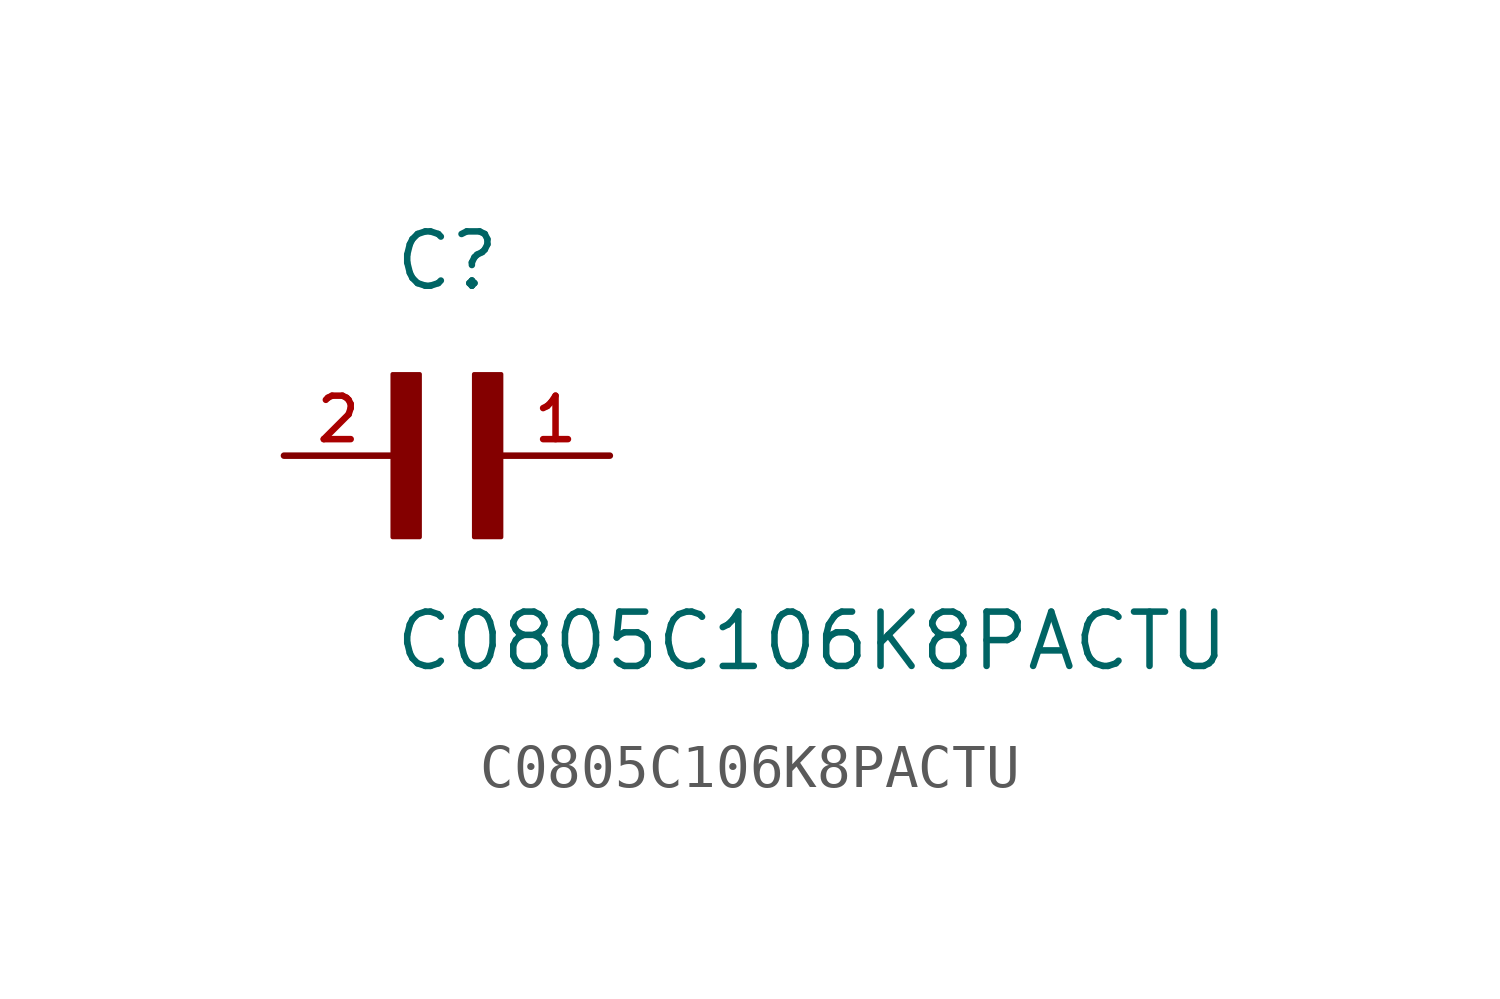
<source format=kicad_sym>
(kicad_symbol_lib
  (version 20211014)
  (generator kicad_symbol_editor)
  (symbol "C0805C106K8PACTU"
    (pin_names
      (offset 1.016))
    (property "Reference" "C"
      (at 0.0 3.81 0)
      (effects (font (size 1.27 1.27)) (justify bottom left)))
    (property "Value" "C0805C106K8PACTU"
      (at 0.0 -5.08 0)
      (effects (font (size 1.27 1.27)) (justify bottom left)))
    (symbol "C0805C106K8PACTU_0_0"
      (rectangle (start 0.0 -1.905) (end 0.635 1.905) (stroke (width 0.1)) (fill (type outline)))
      (rectangle (start 1.905 -1.905) (end 2.54 1.905) (stroke (width 0.1)) (fill (type outline)))
      (pin passive line (at 5.08 0.0 180.0) (length 2.54) (name "~" (effects (font (size 1.016 1.016)))) (number "1" (effects (font (size 1.016 1.016)))))
      (pin passive line (at -2.54 0.0 0) (length 2.54) (name "~" (effects (font (size 1.016 1.016)))) (number "2" (effects (font (size 1.016 1.016))))))))
</source>
